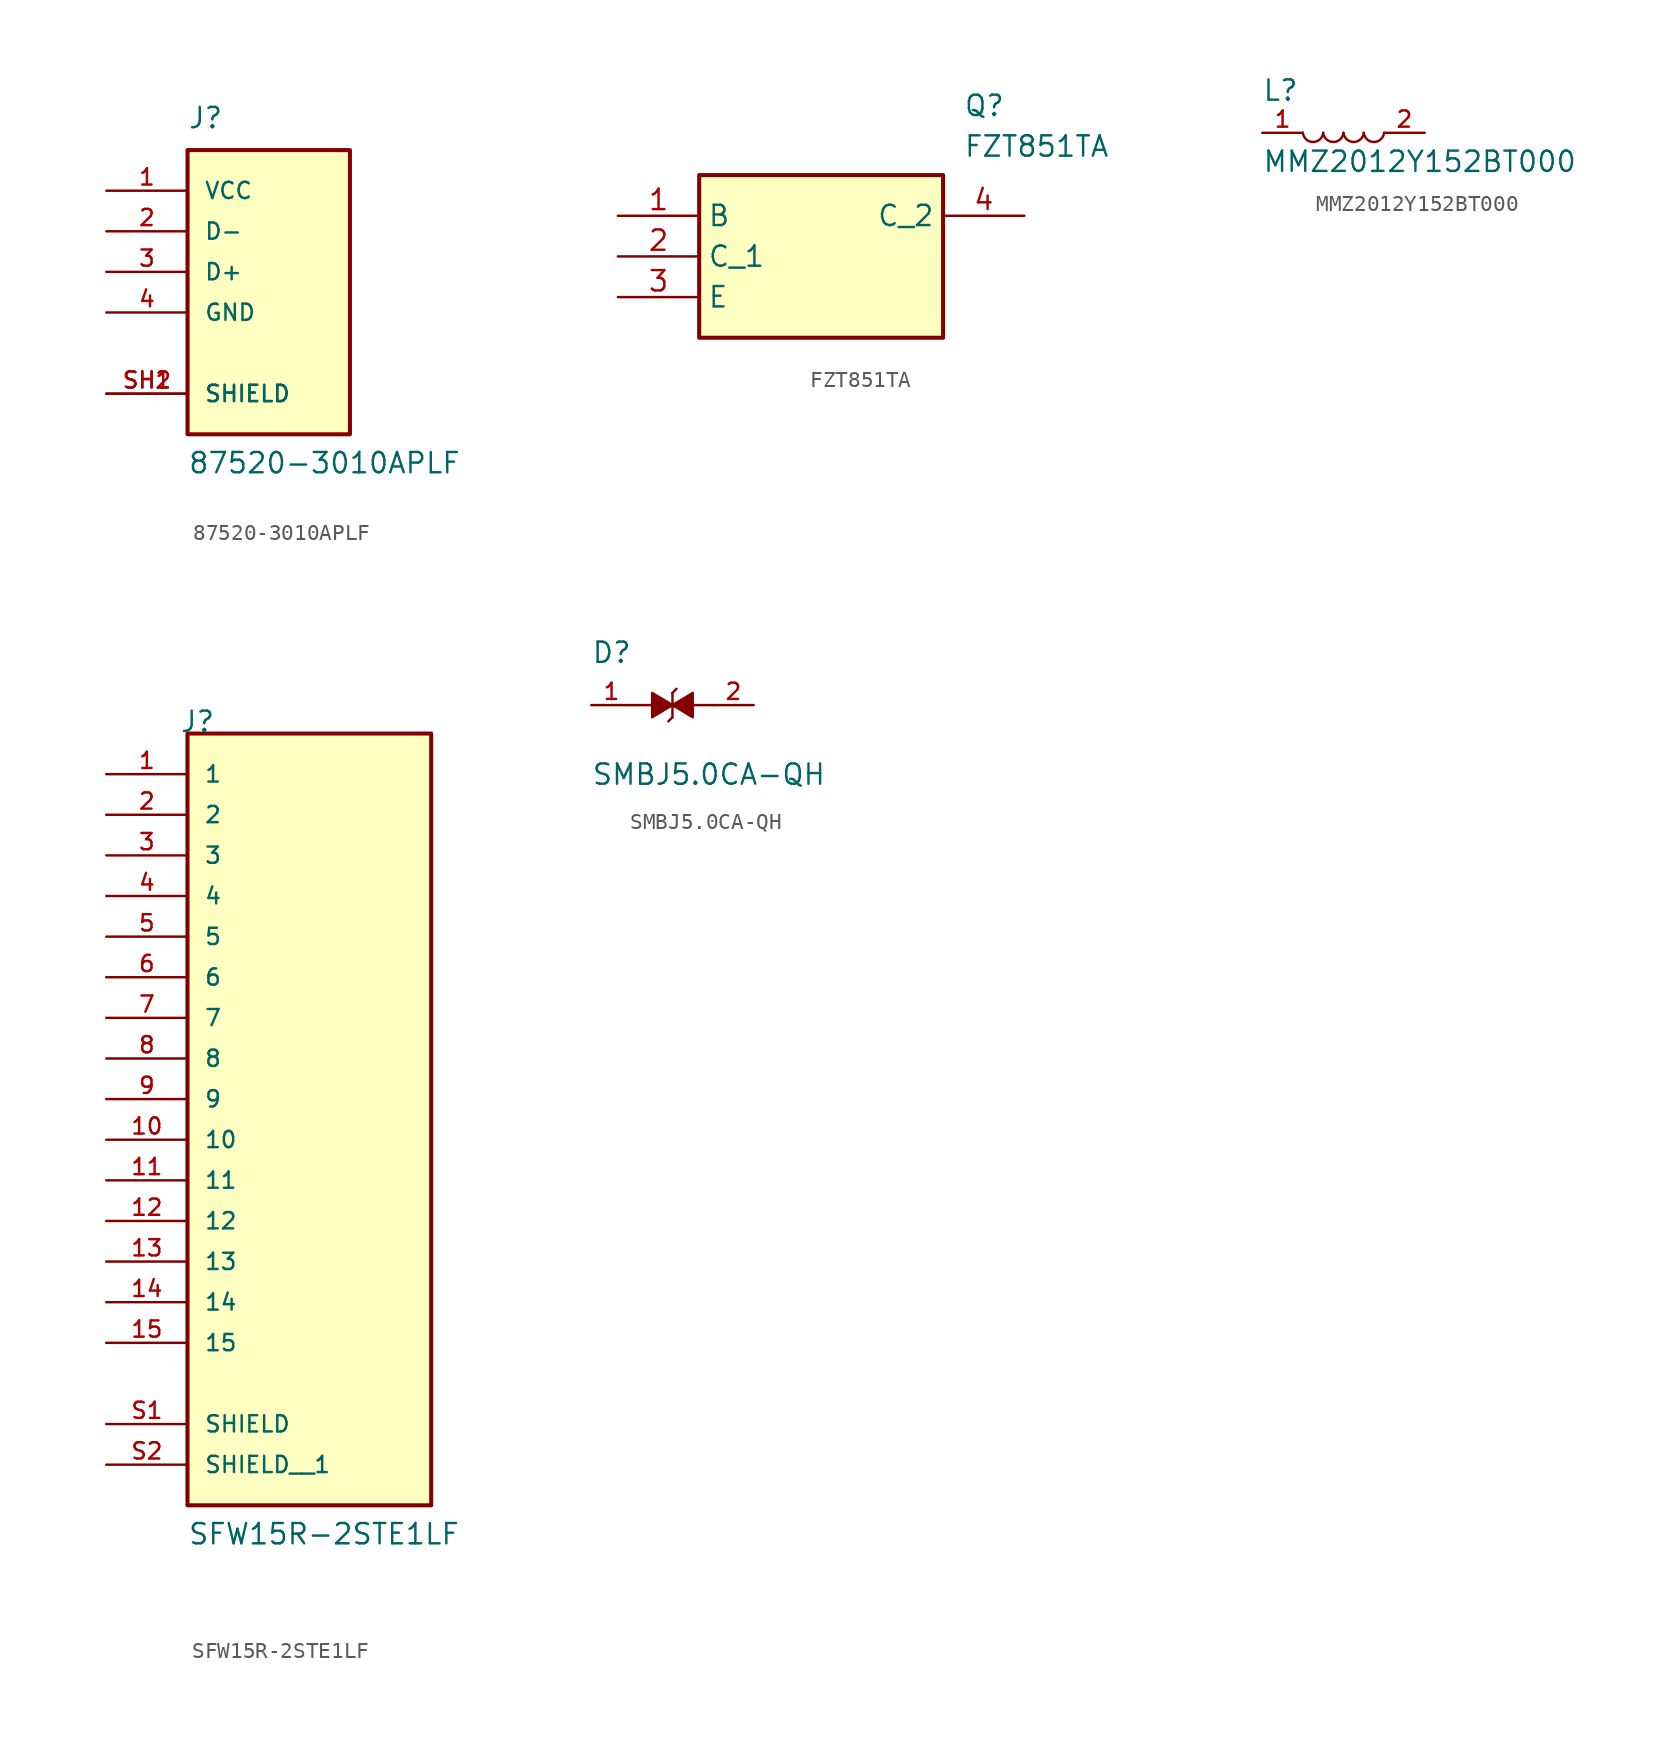
<source format=kicad_sym>
(kicad_symbol_lib
  (version 20220914)
  (generator kicad_symbol_editor)
  (symbol "87520-3010APLF"
    (pin_names
      (offset 1.016))
    (property "Reference" "J"
      (at -5.08 8.89 0)
      (effects (font (size 1.27 1.27)) (justify left bottom)))
    (property "Value" "87520-3010APLF"
      (at -5.08 -12.7 0)
      (effects (font (size 1.27 1.27)) (justify left bottom)))
    (symbol "87520-3010APLF_0_0"
      (rectangle (start -5.08 -10.16) (end 5.08 7.62) (stroke (width 0.254) (type default)) (fill (type background)))
      (pin power_in line (at -10.16 5.08 0) (length 5.08) (name "VCC" (effects (font (size 1.016 1.016)))) (number "1" (effects (font (size 1.016 1.016)))))
      (pin bidirectional line (at -10.16 2.54 0) (length 5.08) (name "D-" (effects (font (size 1.016 1.016)))) (number "2" (effects (font (size 1.016 1.016)))))
      (pin bidirectional line (at -10.16 0 0) (length 5.08) (name "D+" (effects (font (size 1.016 1.016)))) (number "3" (effects (font (size 1.016 1.016)))))
      (pin power_in line (at -10.16 -2.54 0) (length 5.08) (name "GND" (effects (font (size 1.016 1.016)))) (number "4" (effects (font (size 1.016 1.016)))))
      (pin passive line (at -10.16 -7.62 0) (length 5.08) (name "SHIELD" (effects (font (size 1.016 1.016)))) (number "SH1" (effects (font (size 1.016 1.016)))))
      (pin passive line (at -10.16 -7.62 0) (length 5.08) (name "SHIELD" (effects (font (size 1.016 1.016)))) (number "SH2" (effects (font (size 1.016 1.016)))))))
  (symbol "FZT851TA"
    (property "Reference" "Q"
      (at 21.59 7.62 0)
      (effects (font (size 1.27 1.27)) (justify left top)))
    (property "Value" "FZT851TA"
      (at 21.59 5.08 0)
      (effects (font (size 1.27 1.27)) (justify left top)))
    (symbol "FZT851TA_1_1"
      (rectangle (start 5.08 2.54) (end 20.32 -7.62) (stroke (width 0.254) (type default)) (fill (type background)))
      (pin passive line (at 0 0 0) (length 5.08) (name "B" (effects (font (size 1.27 1.27)))) (number "1" (effects (font (size 1.27 1.27)))))
      (pin passive line (at 0 -2.54 0) (length 5.08) (name "C_1" (effects (font (size 1.27 1.27)))) (number "2" (effects (font (size 1.27 1.27)))))
      (pin passive line (at 0 -5.08 0) (length 5.08) (name "E" (effects (font (size 1.27 1.27)))) (number "3" (effects (font (size 1.27 1.27)))))
      (pin passive line (at 25.4 0 180) (length 5.08) (name "C_2" (effects (font (size 1.27 1.27)))) (number "4" (effects (font (size 1.27 1.27)))))))
  (symbol "MMZ2012Y152BT000"
    (pin_names
      (offset 1.016))
    (property "Reference" "L"
      (at -5.096 1.911 0)
      (effects (font (size 1.27 1.27)) (justify left bottom)))
    (property "Value" "MMZ2012Y152BT000"
      (at -5.093 -2.546 0)
      (effects (font (size 1.27 1.27)) (justify left bottom)))
    (symbol "MMZ2012Y152BT000_0_0"
      (arc (start -2.54 0) (mid -1.905 -0.5747) (end -1.27 0) (stroke (width 0.1524) (type default)) (fill (type none)))
      (arc (start -1.27 0) (mid -0.635 -0.5747) (end 0 0) (stroke (width 0.1524) (type default)) (fill (type none)))
      (arc (start 0 0) (mid 0.635 -0.5747) (end 1.27 0) (stroke (width 0.1524) (type default)) (fill (type none)))
      (arc (start 1.27 0) (mid 1.905 -0.5747) (end 2.54 0) (stroke (width 0.1524) (type default)) (fill (type none)))
      (pin passive line (at -5.08 0 0) (length 2.54) (name "~" (effects (font (size 1.016 1.016)))) (number "1" (effects (font (size 1.016 1.016)))))
      (pin passive line (at 5.08 0 180) (length 2.54) (name "~" (effects (font (size 1.016 1.016)))) (number "2" (effects (font (size 1.016 1.016)))))))
  (symbol "SFW15R-2STE1LF"
    (pin_names
      (offset 1.016))
    (property "Reference" "J"
      (at -8.12 22.86 0)
      (effects (font (size 1.27 1.27)) (justify left bottom)))
    (property "Value" "SFW15R-2STE1LF"
      (at -7.62 -27.94 0)
      (effects (font (size 1.27 1.27)) (justify left bottom)))
    (symbol "SFW15R-2STE1LF_0_0"
      (rectangle (start -7.62 -25.4) (end 7.62 22.86) (stroke (width 0.254) (type default)) (fill (type background)))
      (pin passive line (at -12.7 20.32 0) (length 5.08) (name "1" (effects (font (size 1.016 1.016)))) (number "1" (effects (font (size 1.016 1.016)))))
      (pin passive line (at -12.7 -2.54 0) (length 5.08) (name "10" (effects (font (size 1.016 1.016)))) (number "10" (effects (font (size 1.016 1.016)))))
      (pin passive line (at -12.7 -5.08 0) (length 5.08) (name "11" (effects (font (size 1.016 1.016)))) (number "11" (effects (font (size 1.016 1.016)))))
      (pin passive line (at -12.7 -7.62 0) (length 5.08) (name "12" (effects (font (size 1.016 1.016)))) (number "12" (effects (font (size 1.016 1.016)))))
      (pin passive line (at -12.7 -10.16 0) (length 5.08) (name "13" (effects (font (size 1.016 1.016)))) (number "13" (effects (font (size 1.016 1.016)))))
      (pin passive line (at -12.7 -12.7 0) (length 5.08) (name "14" (effects (font (size 1.016 1.016)))) (number "14" (effects (font (size 1.016 1.016)))))
      (pin passive line (at -12.7 -15.24 0) (length 5.08) (name "15" (effects (font (size 1.016 1.016)))) (number "15" (effects (font (size 1.016 1.016)))))
      (pin passive line (at -12.7 17.78 0) (length 5.08) (name "2" (effects (font (size 1.016 1.016)))) (number "2" (effects (font (size 1.016 1.016)))))
      (pin passive line (at -12.7 15.24 0) (length 5.08) (name "3" (effects (font (size 1.016 1.016)))) (number "3" (effects (font (size 1.016 1.016)))))
      (pin passive line (at -12.7 12.7 0) (length 5.08) (name "4" (effects (font (size 1.016 1.016)))) (number "4" (effects (font (size 1.016 1.016)))))
      (pin passive line (at -12.7 10.16 0) (length 5.08) (name "5" (effects (font (size 1.016 1.016)))) (number "5" (effects (font (size 1.016 1.016)))))
      (pin passive line (at -12.7 7.62 0) (length 5.08) (name "6" (effects (font (size 1.016 1.016)))) (number "6" (effects (font (size 1.016 1.016)))))
      (pin passive line (at -12.7 5.08 0) (length 5.08) (name "7" (effects (font (size 1.016 1.016)))) (number "7" (effects (font (size 1.016 1.016)))))
      (pin passive line (at -12.7 2.54 0) (length 5.08) (name "8" (effects (font (size 1.016 1.016)))) (number "8" (effects (font (size 1.016 1.016)))))
      (pin passive line (at -12.7 0 0) (length 5.08) (name "9" (effects (font (size 1.016 1.016)))) (number "9" (effects (font (size 1.016 1.016)))))
      (pin passive line (at -12.7 -20.32 0) (length 5.08) (name "SHIELD" (effects (font (size 1.016 1.016)))) (number "S1" (effects (font (size 1.016 1.016)))))
      (pin passive line (at -12.7 -22.86 0) (length 5.08) (name "SHIELD__1" (effects (font (size 1.016 1.016)))) (number "S2" (effects (font (size 1.016 1.016)))))))
  (symbol "SMBJ5.0CA-QH"
    (pin_names
      (offset 1.016))
    (property "Reference" "D"
      (at -5.08 2.54 0)
      (effects (font (size 1.27 1.27)) (justify left bottom)))
    (property "Value" "SMBJ5.0CA-QH"
      (at -5.08 -5.08 0)
      (effects (font (size 1.27 1.27)) (justify left bottom)))
    (symbol "SMBJ5.0CA-QH_0_0"
      (polyline (pts (xy -1.27 0) (xy -2.54 0)) (stroke (width 0.152) (type default)) (fill (type none)))
      (polyline (pts (xy 0 -0.762) (xy -0.254 -1.016)) (stroke (width 0.152) (type default)) (fill (type none)))
      (polyline (pts (xy 0 -0.762) (xy 0 0.762)) (stroke (width 0.152) (type default)) (fill (type none)))
      (polyline (pts (xy 0 0.762) (xy 0.254 1.016)) (stroke (width 0.152) (type default)) (fill (type none)))
      (polyline (pts (xy 1.27 0) (xy 2.54 0)) (stroke (width 0.152) (type default)) (fill (type none)))
      (polyline (pts (xy 0 0) (xy -1.27 -0.762) (xy -1.27 0.762) (xy 0 0)) (stroke (width 0.152) (type default)) (fill (type outline)))
      (polyline (pts (xy 0 0) (xy 1.27 0.762) (xy 1.27 -0.762) (xy 0 0)) (stroke (width 0.152) (type default)) (fill (type outline)))
      (pin passive line (at -5.08 0 0) (length 2.54) (name "~" (effects (font (size 1.016 1.016)))) (number "1" (effects (font (size 1.016 1.016)))))
      (pin passive line (at 5.08 0 180) (length 2.54) (name "~" (effects (font (size 1.016 1.016)))) (number "2" (effects (font (size 1.016 1.016))))))))
</source>
